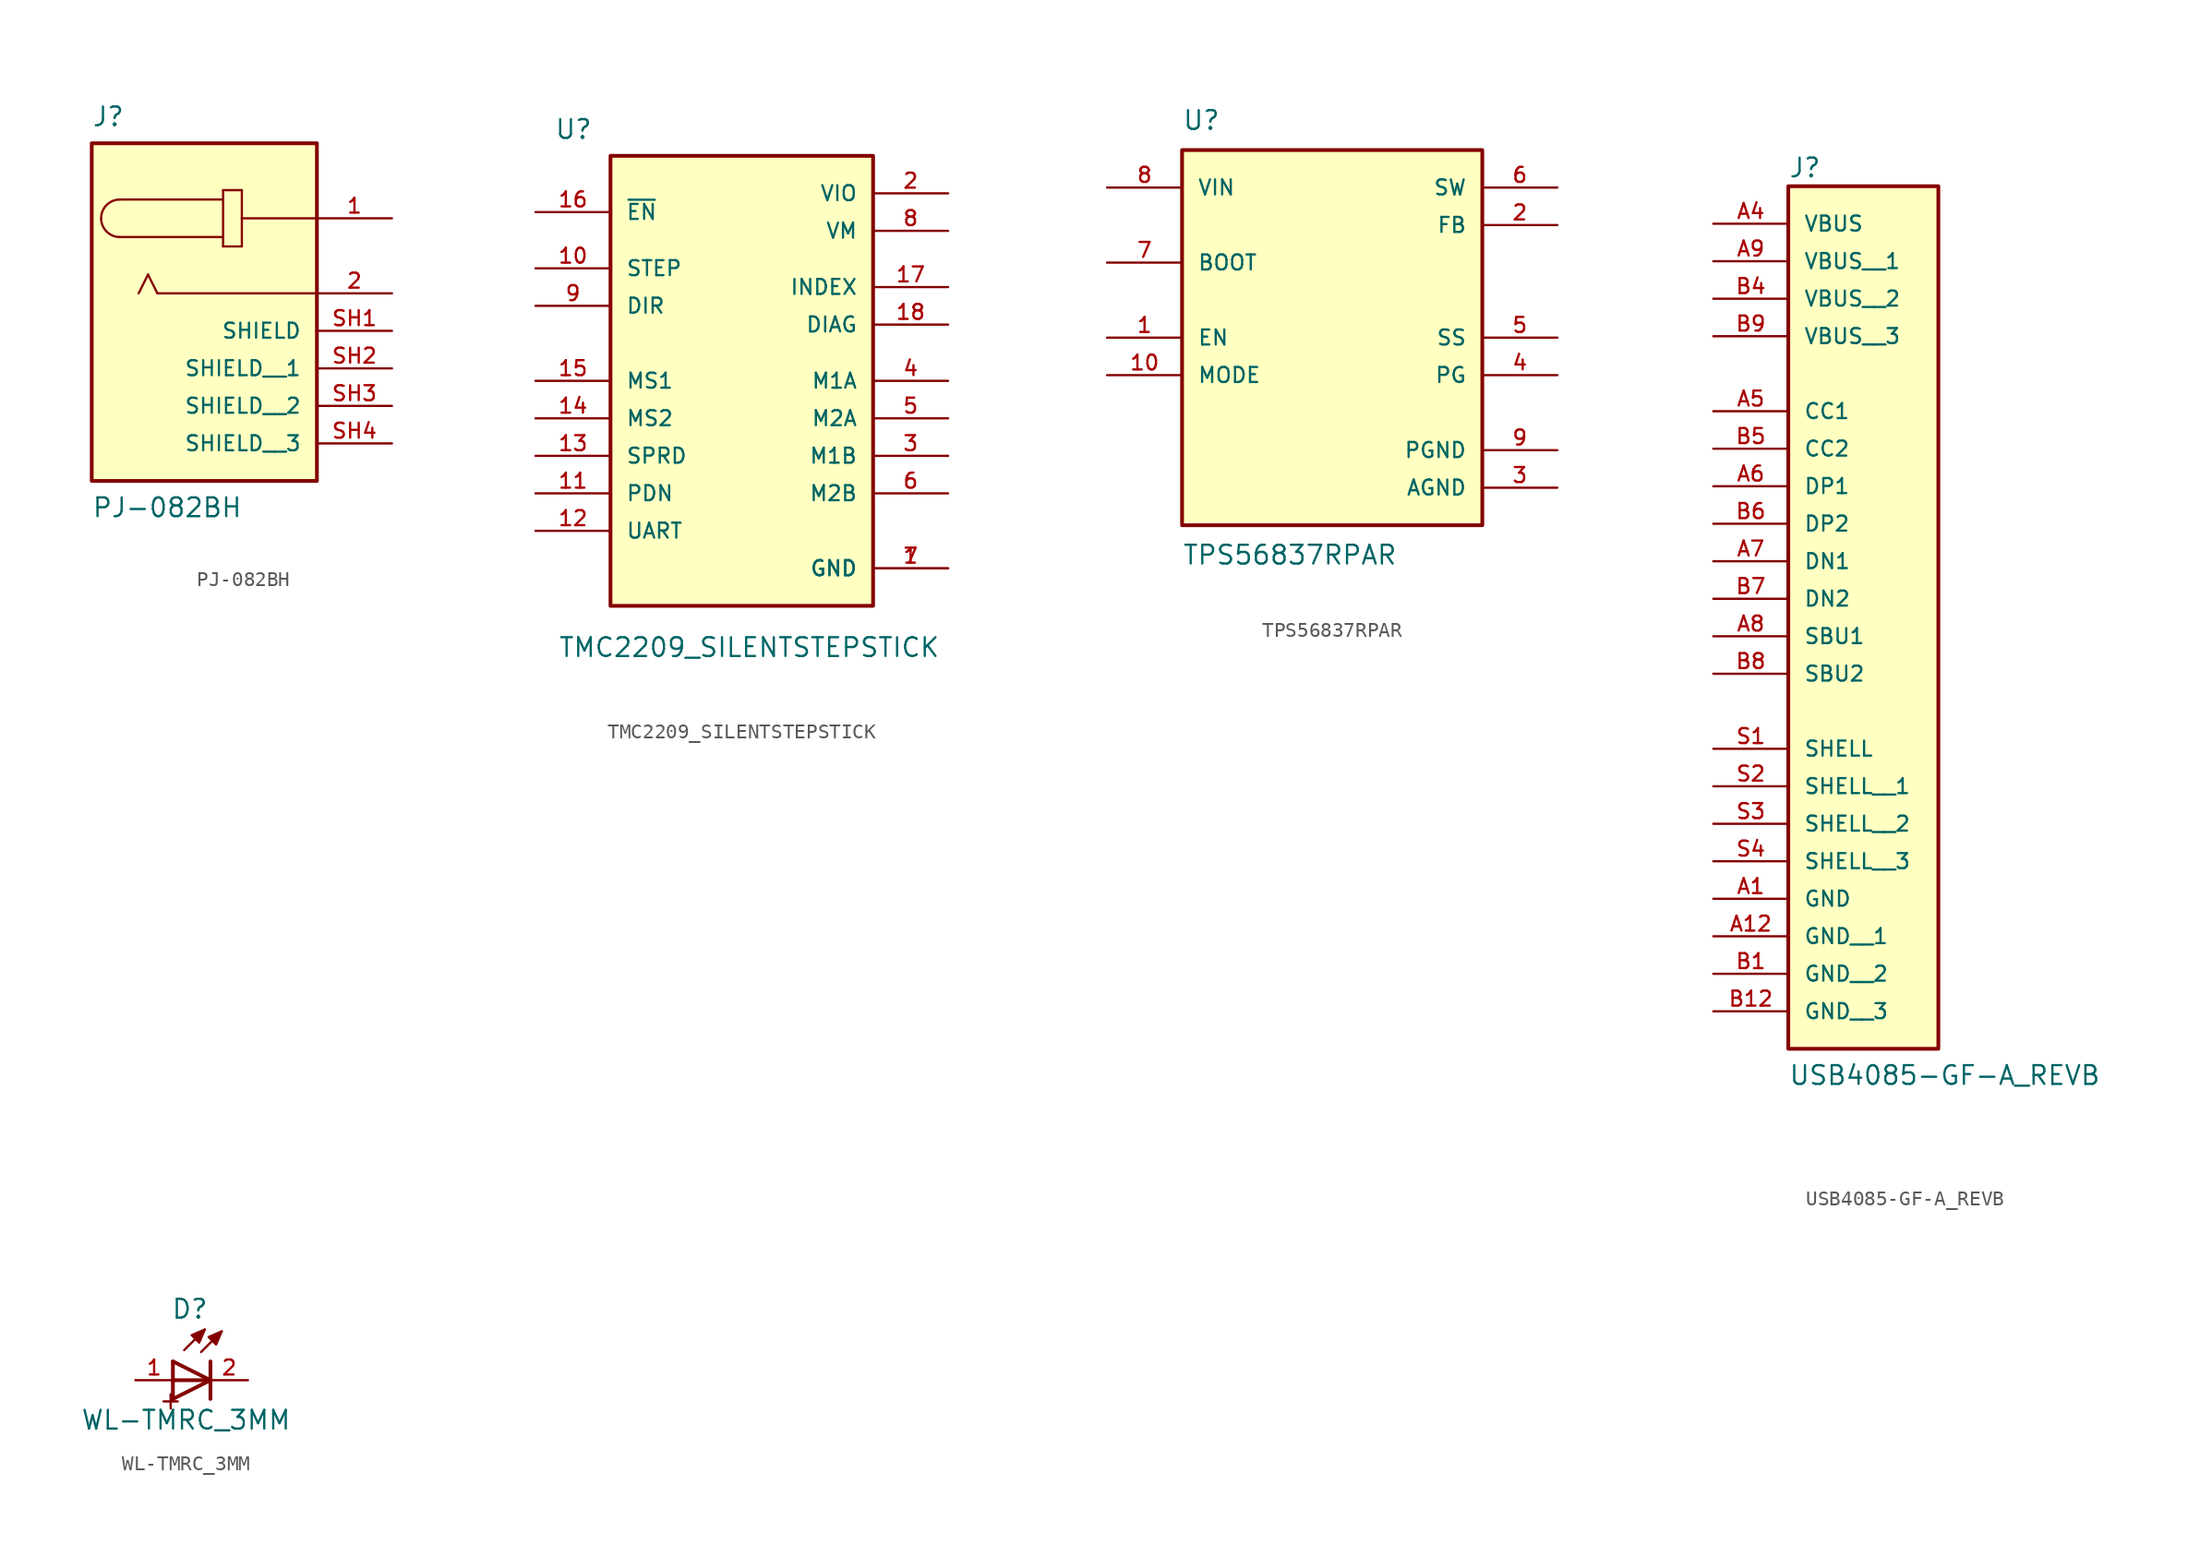
<source format=kicad_sym>
(kicad_symbol_lib
  (version 20231120)
  (generator "kicad_symbol_editor")
  (generator_version "8.0")
  (symbol "PJ-082BH"
    (pin_names
      (offset 1.016))
    (property "Reference" "J"
      (at -7.625 10.163 0)
      (effects (font (size 1.27 1.27)) (justify left top)))
    (property "Value" "PJ-082BH"
      (at -7.632 -17.788 0)
      (effects (font (size 1.27 1.27)) (justify left bottom)))
    (symbol "PJ-082BH_0_0"
      (rectangle (start -7.62 7.62) (end 7.62 -15.24) (stroke (width 0.254) (type default)) (fill (type background)))
      (arc (start -5.715 3.81) (mid -6.9794 2.54) (end -5.715 1.27) (stroke (width 0.1524) (type default)) (fill (type none)))
      (polyline (pts (xy -5.715 3.81) (xy 1.27 3.81)) (stroke (width 0.152) (type default)) (fill (type none)))
      (polyline (pts (xy -3.81 -1.27) (xy -4.445 -2.54)) (stroke (width 0.152) (type default)) (fill (type none)))
      (polyline (pts (xy -3.175 -2.54) (xy -3.81 -1.27)) (stroke (width 0.152) (type default)) (fill (type none)))
      (polyline (pts (xy 1.27 0.635) (xy 2.54 0.635)) (stroke (width 0.152) (type default)) (fill (type none)))
      (polyline (pts (xy 1.27 1.27) (xy -5.715 1.27)) (stroke (width 0.152) (type default)) (fill (type none)))
      (polyline (pts (xy 1.27 1.27) (xy 1.27 0.635)) (stroke (width 0.152) (type default)) (fill (type none)))
      (polyline (pts (xy 1.27 3.81) (xy 1.27 1.27)) (stroke (width 0.152) (type default)) (fill (type none)))
      (polyline (pts (xy 1.27 4.445) (xy 1.27 3.81)) (stroke (width 0.152) (type default)) (fill (type none)))
      (polyline (pts (xy 2.54 0.635) (xy 2.54 2.54)) (stroke (width 0.152) (type default)) (fill (type none)))
      (polyline (pts (xy 2.54 2.54) (xy 2.54 4.445)) (stroke (width 0.152) (type default)) (fill (type none)))
      (polyline (pts (xy 2.54 2.54) (xy 7.62 2.54)) (stroke (width 0.152) (type default)) (fill (type none)))
      (polyline (pts (xy 2.54 4.445) (xy 1.27 4.445)) (stroke (width 0.152) (type default)) (fill (type none)))
      (polyline (pts (xy 7.62 -2.54) (xy -3.175 -2.54)) (stroke (width 0.152) (type default)) (fill (type none))))
    (symbol "PJ-082BH_1_0"
      (pin power_out line (at 12.7 2.54 180) (length 5.08) (name "~" (effects (font (size 1.016 1.016)))) (number "1" (effects (font (size 1.016 1.016)))))
      (pin passive line (at 12.7 -2.54 180) (length 5.08) (name "~" (effects (font (size 1.016 1.016)))) (number "2" (effects (font (size 1.016 1.016)))))
      (pin passive line (at 12.7 -5.08 180) (length 5.08) (name "SHIELD" (effects (font (size 1.016 1.016)))) (number "SH1" (effects (font (size 1.016 1.016)))))
      (pin passive line (at 12.7 -7.62 180) (length 5.08) (name "SHIELD__1" (effects (font (size 1.016 1.016)))) (number "SH2" (effects (font (size 1.016 1.016)))))
      (pin passive line (at 12.7 -10.16 180) (length 5.08) (name "SHIELD__2" (effects (font (size 1.016 1.016)))) (number "SH3" (effects (font (size 1.016 1.016)))))
      (pin passive line (at 12.7 -12.7 180) (length 5.08) (name "SHIELD__3" (effects (font (size 1.016 1.016)))) (number "SH4" (effects (font (size 1.016 1.016)))))))
  (symbol "TMC2209_SILENTSTEPSTICK"
    (pin_names
      (offset 1.016))
    (property "Reference" "U"
      (at -12.7 22.86 0)
      (effects (font (size 1.27 1.27)) (justify left top)))
    (property "Value" "TMC2209_SILENTSTEPSTICK"
      (at -12.446 -13.716 0)
      (effects (font (size 1.27 1.27)) (justify left bottom)))
    (symbol "TMC2209_SILENTSTEPSTICK_0_0"
      (rectangle (start -8.89 20.32) (end 8.89 -10.16) (stroke (width 0.254) (type default)) (fill (type background)))
      (pin power_in line (at 13.97 -7.62 180) (length 5.08) (name "GND" (effects (font (size 1.016 1.016)))) (number "1" (effects (font (size 1.016 1.016)))))
      (pin input line (at -13.97 12.7 0) (length 5.08) (name "STEP" (effects (font (size 1.016 1.016)))) (number "10" (effects (font (size 1.016 1.016)))))
      (pin bidirectional line (at -13.97 -2.54 0) (length 5.08) (name "PDN" (effects (font (size 1.016 1.016)))) (number "11" (effects (font (size 1.016 1.016)))))
      (pin bidirectional line (at -13.97 -5.08 0) (length 5.08) (name "UART" (effects (font (size 1.016 1.016)))) (number "12" (effects (font (size 1.016 1.016)))))
      (pin input line (at -13.97 0 0) (length 5.08) (name "SPRD" (effects (font (size 1.016 1.016)))) (number "13" (effects (font (size 1.016 1.016)))))
      (pin input line (at -13.97 2.54 0) (length 5.08) (name "MS2" (effects (font (size 1.016 1.016)))) (number "14" (effects (font (size 1.016 1.016)))))
      (pin input line (at -13.97 5.08 0) (length 5.08) (name "MS1" (effects (font (size 1.016 1.016)))) (number "15" (effects (font (size 1.016 1.016)))))
      (pin input line (at -13.97 16.51 0) (length 5.08) (name "~{EN}" (effects (font (size 1.016 1.016)))) (number "16" (effects (font (size 1.016 1.016)))))
      (pin output line (at 13.97 11.43 180) (length 5.08) (name "INDEX" (effects (font (size 1.016 1.016)))) (number "17" (effects (font (size 1.016 1.016)))))
      (pin output line (at 13.97 8.89 180) (length 5.08) (name "DIAG" (effects (font (size 1.016 1.016)))) (number "18" (effects (font (size 1.016 1.016)))))
      (pin power_in line (at 13.97 17.78 180) (length 5.08) (name "VIO" (effects (font (size 1.016 1.016)))) (number "2" (effects (font (size 1.016 1.016)))))
      (pin output line (at 13.97 0 180) (length 5.08) (name "M1B" (effects (font (size 1.016 1.016)))) (number "3" (effects (font (size 1.016 1.016)))))
      (pin output line (at 13.97 5.08 180) (length 5.08) (name "M1A" (effects (font (size 1.016 1.016)))) (number "4" (effects (font (size 1.016 1.016)))))
      (pin output line (at 13.97 2.54 180) (length 5.08) (name "M2A" (effects (font (size 1.016 1.016)))) (number "5" (effects (font (size 1.016 1.016)))))
      (pin output line (at 13.97 -2.54 180) (length 5.08) (name "M2B" (effects (font (size 1.016 1.016)))) (number "6" (effects (font (size 1.016 1.016)))))
      (pin power_in line (at 13.97 -7.62 180) (length 5.08) (name "GND" (effects (font (size 1.016 1.016)))) (number "7" (effects (font (size 1.016 1.016)))))
      (pin power_in line (at 13.97 15.24 180) (length 5.08) (name "VM" (effects (font (size 1.016 1.016)))) (number "8" (effects (font (size 1.016 1.016)))))
      (pin input line (at -13.97 10.16 0) (length 5.08) (name "DIR" (effects (font (size 1.016 1.016)))) (number "9" (effects (font (size 1.016 1.016)))))))
  (symbol "TPS56837RPAR"
    (pin_names
      (offset 1.016))
    (property "Reference" "U"
      (at -10.16 13.97 0)
      (effects (font (size 1.27 1.27)) (justify left bottom)))
    (property "Value" "TPS56837RPAR"
      (at -10.16 -13.97 0)
      (effects (font (size 1.27 1.27)) (justify left top)))
    (symbol "TPS56837RPAR_0_0"
      (rectangle (start -10.16 -12.7) (end 10.16 12.7) (stroke (width 0.254) (type default)) (fill (type background)))
      (pin input line (at -15.24 0 0) (length 5.08) (name "EN" (effects (font (size 1.016 1.016)))) (number "1" (effects (font (size 1.016 1.016)))))
      (pin input line (at -15.24 -2.54 0) (length 5.08) (name "MODE" (effects (font (size 1.016 1.016)))) (number "10" (effects (font (size 1.016 1.016)))))
      (pin input line (at 15.24 7.62 180) (length 5.08) (name "FB" (effects (font (size 1.016 1.016)))) (number "2" (effects (font (size 1.016 1.016)))))
      (pin power_in line (at 15.24 -10.16 180) (length 5.08) (name "AGND" (effects (font (size 1.016 1.016)))) (number "3" (effects (font (size 1.016 1.016)))))
      (pin output line (at 15.24 -2.54 180) (length 5.08) (name "PG" (effects (font (size 1.016 1.016)))) (number "4" (effects (font (size 1.016 1.016)))))
      (pin output line (at 15.24 0 180) (length 5.08) (name "SS" (effects (font (size 1.016 1.016)))) (number "5" (effects (font (size 1.016 1.016)))))
      (pin output line (at 15.24 10.16 180) (length 5.08) (name "SW" (effects (font (size 1.016 1.016)))) (number "6" (effects (font (size 1.016 1.016)))))
      (pin input line (at -15.24 5.08 0) (length 5.08) (name "BOOT" (effects (font (size 1.016 1.016)))) (number "7" (effects (font (size 1.016 1.016)))))
      (pin input line (at -15.24 10.16 0) (length 5.08) (name "VIN" (effects (font (size 1.016 1.016)))) (number "8" (effects (font (size 1.016 1.016)))))
      (pin power_in line (at 15.24 -7.62 180) (length 5.08) (name "PGND" (effects (font (size 1.016 1.016)))) (number "9" (effects (font (size 1.016 1.016)))))))
  (symbol "USB4085-GF-A_REVB"
    (pin_names
      (offset 1.016))
    (property "Reference" "J"
      (at -5.08 18.288 0)
      (effects (font (size 1.27 1.27)) (justify left bottom)))
    (property "Value" "USB4085-GF-A_REVB"
      (at -5.08 -43.18 0)
      (effects (font (size 1.27 1.27)) (justify left bottom)))
    (symbol "USB4085-GF-A_REVB_0_0"
      (rectangle (start -5.08 17.78) (end 5.08 -40.64) (stroke (width 0.254) (type default)) (fill (type background)))
      (pin power_in line (at -10.16 -30.48 0) (length 5.08) (name "GND" (effects (font (size 1.016 1.016)))) (number "A1" (effects (font (size 1.016 1.016)))))
      (pin power_in line (at -10.16 -33.02 0) (length 5.08) (name "GND__1" (effects (font (size 1.016 1.016)))) (number "A12" (effects (font (size 1.016 1.016)))))
      (pin power_in line (at -10.16 15.24 0) (length 5.08) (name "VBUS" (effects (font (size 1.016 1.016)))) (number "A4" (effects (font (size 1.016 1.016)))))
      (pin bidirectional line (at -10.16 2.54 0) (length 5.08) (name "CC1" (effects (font (size 1.016 1.016)))) (number "A5" (effects (font (size 1.016 1.016)))))
      (pin bidirectional line (at -10.16 -2.54 0) (length 5.08) (name "DP1" (effects (font (size 1.016 1.016)))) (number "A6" (effects (font (size 1.016 1.016)))))
      (pin bidirectional line (at -10.16 -7.62 0) (length 5.08) (name "DN1" (effects (font (size 1.016 1.016)))) (number "A7" (effects (font (size 1.016 1.016)))))
      (pin bidirectional line (at -10.16 -12.7 0) (length 5.08) (name "SBU1" (effects (font (size 1.016 1.016)))) (number "A8" (effects (font (size 1.016 1.016)))))
      (pin power_in line (at -10.16 12.7 0) (length 5.08) (name "VBUS__1" (effects (font (size 1.016 1.016)))) (number "A9" (effects (font (size 1.016 1.016)))))
      (pin power_in line (at -10.16 -35.56 0) (length 5.08) (name "GND__2" (effects (font (size 1.016 1.016)))) (number "B1" (effects (font (size 1.016 1.016)))))
      (pin power_in line (at -10.16 -38.1 0) (length 5.08) (name "GND__3" (effects (font (size 1.016 1.016)))) (number "B12" (effects (font (size 1.016 1.016)))))
      (pin power_in line (at -10.16 10.16 0) (length 5.08) (name "VBUS__2" (effects (font (size 1.016 1.016)))) (number "B4" (effects (font (size 1.016 1.016)))))
      (pin bidirectional line (at -10.16 0 0) (length 5.08) (name "CC2" (effects (font (size 1.016 1.016)))) (number "B5" (effects (font (size 1.016 1.016)))))
      (pin bidirectional line (at -10.16 -5.08 0) (length 5.08) (name "DP2" (effects (font (size 1.016 1.016)))) (number "B6" (effects (font (size 1.016 1.016)))))
      (pin bidirectional line (at -10.16 -10.16 0) (length 5.08) (name "DN2" (effects (font (size 1.016 1.016)))) (number "B7" (effects (font (size 1.016 1.016)))))
      (pin bidirectional line (at -10.16 -15.24 0) (length 5.08) (name "SBU2" (effects (font (size 1.016 1.016)))) (number "B8" (effects (font (size 1.016 1.016)))))
      (pin power_in line (at -10.16 7.62 0) (length 5.08) (name "VBUS__3" (effects (font (size 1.016 1.016)))) (number "B9" (effects (font (size 1.016 1.016)))))
      (pin passive line (at -10.16 -20.32 0) (length 5.08) (name "SHELL" (effects (font (size 1.016 1.016)))) (number "S1" (effects (font (size 1.016 1.016)))))
      (pin passive line (at -10.16 -22.86 0) (length 5.08) (name "SHELL__1" (effects (font (size 1.016 1.016)))) (number "S2" (effects (font (size 1.016 1.016)))))
      (pin passive line (at -10.16 -25.4 0) (length 5.08) (name "SHELL__2" (effects (font (size 1.016 1.016)))) (number "S3" (effects (font (size 1.016 1.016)))))
      (pin passive line (at -10.16 -27.94 0) (length 5.08) (name "SHELL__3" (effects (font (size 1.016 1.016)))) (number "S4" (effects (font (size 1.016 1.016)))))))
  (symbol "WL-TMRC_3MM"
    (pin_names
      (offset 1.016))
    (property "Reference" "D"
      (at -1.396 4.072 0)
      (effects (font (size 1.27 1.27)) (justify bottom)))
    (property "Value" "WL-TMRC_3MM"
      (at -1.652 -3.436 0)
      (effects (font (size 1.27 1.27)) (justify bottom)))
    (symbol "WL-TMRC_3MM_0_0"
      (polyline (pts (xy -2.54 -1.27) (xy -2.54 0)) (stroke (width 0.254) (type default)) (fill (type none)))
      (polyline (pts (xy -2.54 -1.27) (xy 0 0)) (stroke (width 0.254) (type default)) (fill (type none)))
      (polyline (pts (xy -2.54 0) (xy -2.54 1.27)) (stroke (width 0.254) (type default)) (fill (type none)))
      (polyline (pts (xy -1.778 2.032) (xy -0.381 3.429)) (stroke (width 0.152) (type default)) (fill (type none)))
      (polyline (pts (xy -0.635 1.905) (xy 0.762 3.302)) (stroke (width 0.152) (type default)) (fill (type none)))
      (polyline (pts (xy 0 -1.27) (xy 0 0)) (stroke (width 0.254) (type default)) (fill (type none)))
      (polyline (pts (xy 0 0) (xy -2.54 0)) (stroke (width 0.254) (type default)) (fill (type none)))
      (polyline (pts (xy 0 0) (xy -2.54 1.27)) (stroke (width 0.254) (type default)) (fill (type none)))
      (polyline (pts (xy 0 0) (xy 0 1.27)) (stroke (width 0.254) (type default)) (fill (type none)))
      (polyline (pts (xy -0.381 3.429) (xy -1.27 3.048) (xy -0.762 2.54) (xy -0.381 3.429)) (stroke (width 0.152) (type default)) (fill (type outline)))
      (polyline (pts (xy 0.762 3.302) (xy -0.127 2.921) (xy 0.381 2.413) (xy 0.762 3.302)) (stroke (width 0.152) (type default)) (fill (type outline)))
      (text "+" (at -3.58 -1.34 0) (effects (font (size 1.27 1.27)) (justify left)))
      (pin passive line (at -5.08 0 0) (length 2.54) (name "~" (effects (font (size 1.016 1.016)))) (number "1" (effects (font (size 1.016 1.016)))))
      (pin passive line (at 2.54 0 180) (length 2.54) (name "~" (effects (font (size 1.016 1.016)))) (number "2" (effects (font (size 1.016 1.016))))))))
</source>
